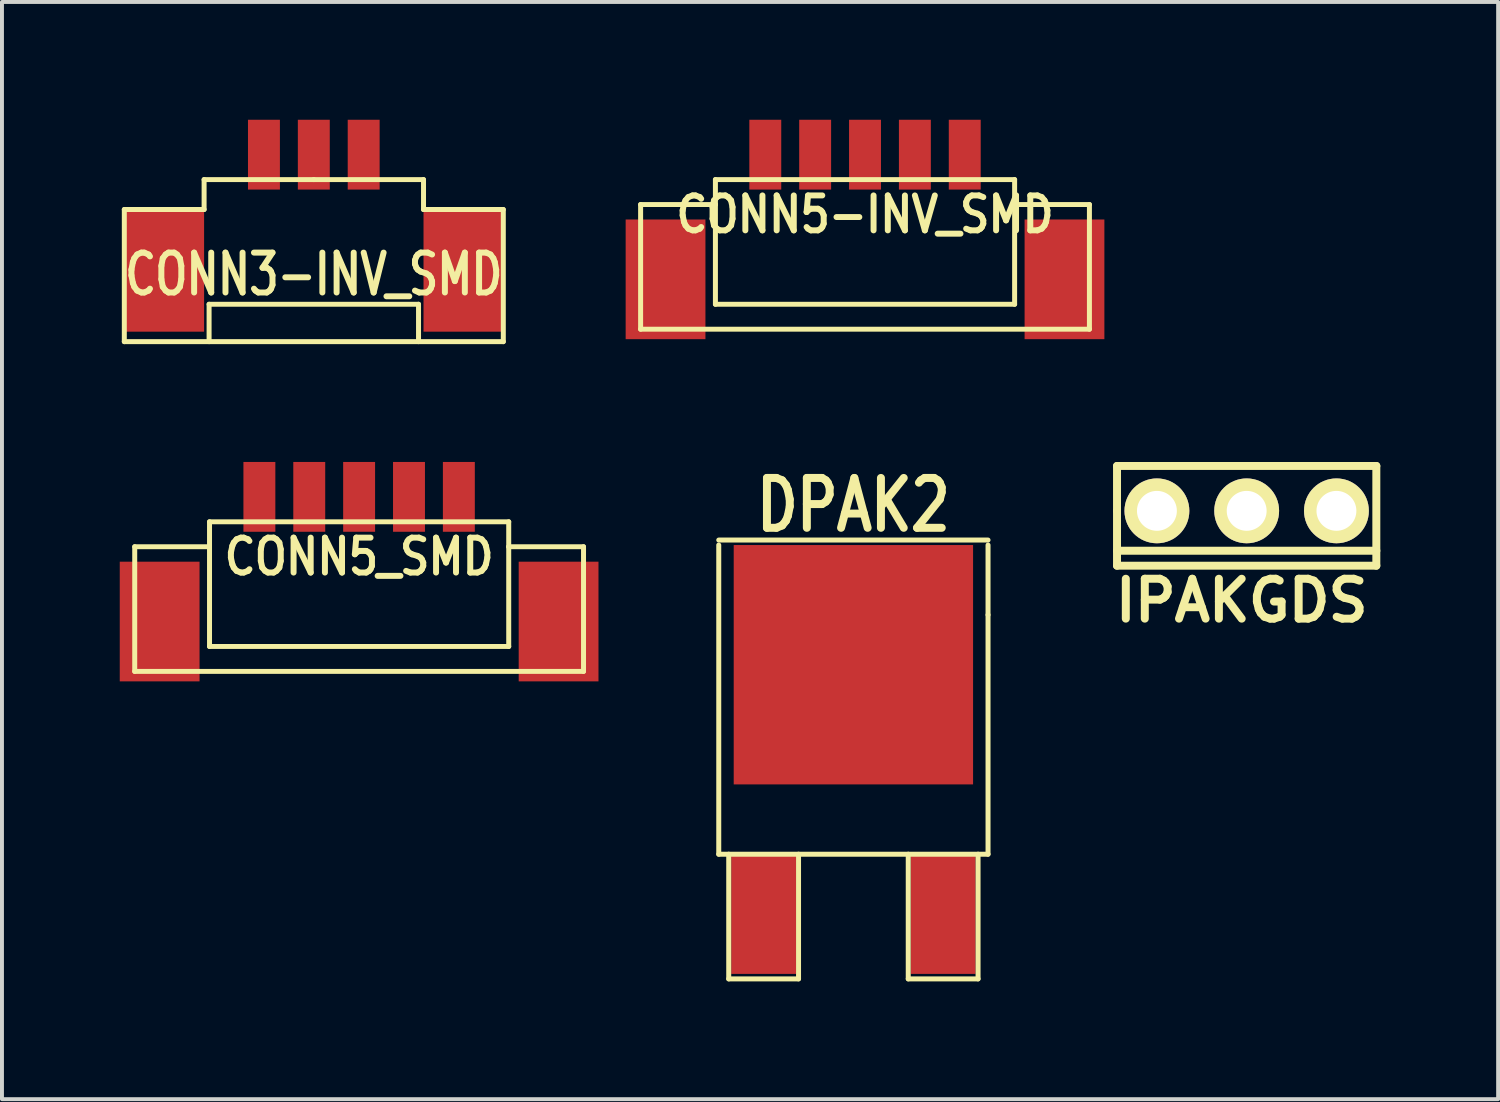
<source format=kicad_pcb>
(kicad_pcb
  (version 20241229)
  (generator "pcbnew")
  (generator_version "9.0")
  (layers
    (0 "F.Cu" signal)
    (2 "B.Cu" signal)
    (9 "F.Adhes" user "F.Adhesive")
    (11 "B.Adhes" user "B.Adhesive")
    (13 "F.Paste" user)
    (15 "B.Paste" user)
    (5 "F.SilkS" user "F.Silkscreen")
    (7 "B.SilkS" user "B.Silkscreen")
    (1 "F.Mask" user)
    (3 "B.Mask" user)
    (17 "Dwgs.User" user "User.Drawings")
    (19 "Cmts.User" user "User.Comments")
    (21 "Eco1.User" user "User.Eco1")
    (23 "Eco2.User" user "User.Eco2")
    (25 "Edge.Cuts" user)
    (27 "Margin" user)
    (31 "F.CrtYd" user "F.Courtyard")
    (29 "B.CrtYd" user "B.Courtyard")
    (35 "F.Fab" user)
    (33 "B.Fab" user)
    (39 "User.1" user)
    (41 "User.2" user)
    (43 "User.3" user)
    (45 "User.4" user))
  (footprint "CONN5_SMD"
    (layer "F.Cu")
    (at 6.096 9.604)
    (property "Reference" "CONN5_SMD" (at 0 1.524 0) (layer "F.SilkS") (effects (font (size 0.889 0.762) (thickness 0.152))))
    (attr smd)
    (fp_line (start -5.715 1.27) (end -3.81 1.27) (stroke (width 0.127) (type solid)) (layer "F.SilkS"))
    (fp_line (start -5.715 4.445) (end -5.715 1.27) (stroke (width 0.127) (type solid)) (layer "F.SilkS"))
    (fp_line (start -3.81 0.635) (end 3.81 0.635) (stroke (width 0.127) (type solid)) (layer "F.SilkS"))
    (fp_line (start -3.81 1.27) (end -3.81 0.635) (stroke (width 0.127) (type solid)) (layer "F.SilkS"))
    (fp_line (start -3.81 3.81) (end -3.81 1.27) (stroke (width 0.127) (type solid)) (layer "F.SilkS"))
    (fp_line (start 3.81 0.635) (end 3.81 1.27) (stroke (width 0.127) (type solid)) (layer "F.SilkS"))
    (fp_line (start 3.81 1.27) (end 3.81 3.81) (stroke (width 0.127) (type solid)) (layer "F.SilkS"))
    (fp_line (start 3.81 1.27) (end 5.715 1.27) (stroke (width 0.127) (type solid)) (layer "F.SilkS"))
    (fp_line (start 3.81 3.81) (end -3.81 3.81) (stroke (width 0.127) (type solid)) (layer "F.SilkS"))
    (fp_line (start 5.715 4.445) (end -5.715 4.445) (stroke (width 0.127) (type solid)) (layer "F.SilkS"))
    (fp_line (start 5.715 4.445) (end 5.715 1.27) (stroke (width 0.127) (type solid)) (layer "F.SilkS"))
    (pad "" smd rect (at -5.08 3.175) (size 2.032 3.048) (layers "F.Cu" "F.Mask" "F.Paste"))
    (pad "" smd rect (at 5.08 3.175) (size 2.032 3.048) (layers "F.Cu" "F.Mask" "F.Paste"))
    (pad "1" smd rect (at -2.54 0) (size 0.813 1.778) (layers "F.Cu" "F.Mask" "F.Paste"))
    (pad "2" smd rect (at -1.27 0) (size 0.813 1.778) (layers "F.Cu" "F.Mask" "F.Paste"))
    (pad "3" smd rect (at 0 0) (size 0.813 1.778) (layers "F.Cu" "F.Mask" "F.Paste"))
    (pad "4" smd rect (at 1.27 0) (size 0.813 1.778) (layers "F.Cu" "F.Mask" "F.Paste"))
    (pad "5" smd rect (at 2.54 0) (size 0.813 1.778) (layers "F.Cu" "F.Mask" "F.Paste")))
  (footprint "DPAK2"
    (layer "F.Cu")
    (at 18.684 20.229)
    (property "Reference" "DPAK2" (at 0 -10.414 0) (layer "F.SilkS") (effects (font (size 1.27 1.016) (thickness 0.203))))
    (attr smd)
    (fp_line (start -3.429 -9.525) (end 3.429 -9.525) (stroke (width 0.127) (type solid)) (layer "F.SilkS"))
    (fp_line (start -3.429 -1.524) (end -3.429 -9.398) (stroke (width 0.127) (type solid)) (layer "F.SilkS"))
    (fp_line (start -3.175 -1.524) (end -3.175 1.651) (stroke (width 0.127) (type solid)) (layer "F.SilkS"))
    (fp_line (start -3.175 1.651) (end -1.397 1.651) (stroke (width 0.127) (type solid)) (layer "F.SilkS"))
    (fp_line (start -1.397 1.651) (end -1.397 -1.524) (stroke (width 0.127) (type solid)) (layer "F.SilkS"))
    (fp_line (start 1.397 -1.524) (end 1.397 1.651) (stroke (width 0.127) (type solid)) (layer "F.SilkS"))
    (fp_line (start 1.397 1.651) (end 3.175 1.651) (stroke (width 0.127) (type solid)) (layer "F.SilkS"))
    (fp_line (start 3.175 1.651) (end 3.175 -1.524) (stroke (width 0.127) (type solid)) (layer "F.SilkS"))
    (fp_line (start 3.429 -9.398) (end 3.429 -7.62) (stroke (width 0.127) (type solid)) (layer "F.SilkS"))
    (fp_line (start 3.429 -7.62) (end 3.429 -1.524) (stroke (width 0.127) (type solid)) (layer "F.SilkS"))
    (fp_line (start 3.429 -1.524) (end -3.429 -1.524) (stroke (width 0.127) (type solid)) (layer "F.SilkS"))
    (pad "1" smd rect (at -2.286 0) (size 1.651 3.048) (layers "F.Cu" "F.Mask" "F.Paste"))
    (pad "2" smd rect (at 0 -6.35) (size 6.096 6.096) (layers "F.Cu" "F.Mask" "F.Paste"))
    (pad "3" smd rect (at 2.286 0) (size 1.651 3.048) (layers "F.Cu" "F.Mask" "F.Paste")))
  (footprint "IPAKGDS"
    (layer "F.Cu")
    (at 28.7 9.96)
    (property "Reference" "IPAKGDS" (at -0.127 2.286 0) (layer "F.SilkS") (effects (font (size 1.016 1.016) (thickness 0.203))))
    (attr through_hole)
    (fp_line (start -3.302 -1.143) (end -3.302 0) (stroke (width 0.203) (type solid)) (layer "F.SilkS"))
    (fp_line (start -3.302 0) (end -3.302 1.397) (stroke (width 0.203) (type solid)) (layer "F.SilkS"))
    (fp_line (start -3.302 1.016) (end 3.302 1.016) (stroke (width 0.203) (type solid)) (layer "F.SilkS"))
    (fp_line (start -3.302 1.397) (end 3.302 1.397) (stroke (width 0.203) (type solid)) (layer "F.SilkS"))
    (fp_line (start 3.302 -1.143) (end -3.302 -1.143) (stroke (width 0.203) (type solid)) (layer "F.SilkS"))
    (fp_line (start 3.302 1.397) (end 3.302 -1.143) (stroke (width 0.203) (type solid)) (layer "F.SilkS"))
    (pad "D" thru_hole circle (at 0 0) (size 1.651 1.651) (drill 1.016) (layers "*.Cu" "*.Mask" "F.SilkS"))
    (pad "G" thru_hole circle (at 2.286 0) (size 1.651 1.651) (drill 1.016) (layers "*.Cu" "*.Mask" "F.SilkS"))
    (pad "S" thru_hole circle (at -2.286 0) (size 1.651 1.651) (drill 1.016) (layers "*.Cu" "*.Mask" "F.SilkS")))
  (footprint "CONN3-INV_SMD"
    (layer "F.Cu")
    (at 4.942 4.318)
    (property "Reference" "CONN3-INV_SMD" (at 0 -0.381 0) (layer "F.SilkS") (effects (font (size 1.016 0.762) (thickness 0.152))))
    (attr smd)
    (fp_line (start -4.826 -2.032) (end -2.794 -2.032) (stroke (width 0.127) (type solid)) (layer "F.SilkS"))
    (fp_line (start -4.826 1.333) (end -4.826 -2.032) (stroke (width 0.127) (type solid)) (layer "F.SilkS"))
    (fp_line (start -2.794 -2.794) (end 0 -2.794) (stroke (width 0.127) (type solid)) (layer "F.SilkS"))
    (fp_line (start -2.794 -2.032) (end -2.794 -2.794) (stroke (width 0.127) (type solid)) (layer "F.SilkS"))
    (fp_line (start -2.667 0.381) (end -2.667 1.333) (stroke (width 0.127) (type solid)) (layer "F.SilkS"))
    (fp_line (start 0 -2.794) (end 2.794 -2.794) (stroke (width 0.127) (type solid)) (layer "F.SilkS"))
    (fp_line (start 2.667 0.381) (end -2.667 0.381) (stroke (width 0.127) (type solid)) (layer "F.SilkS"))
    (fp_line (start 2.667 1.333) (end 2.667 0.381) (stroke (width 0.127) (type solid)) (layer "F.SilkS"))
    (fp_line (start 2.794 -2.794) (end 2.794 -2.032) (stroke (width 0.127) (type solid)) (layer "F.SilkS"))
    (fp_line (start 2.794 -2.032) (end 4.826 -2.032) (stroke (width 0.127) (type solid)) (layer "F.SilkS"))
    (fp_line (start 4.826 -2.032) (end 4.826 1.333) (stroke (width 0.127) (type solid)) (layer "F.SilkS"))
    (fp_line (start 4.826 1.333) (end -4.826 1.333) (stroke (width 0.127) (type solid)) (layer "F.SilkS"))
    (pad "" smd rect (at -3.81 -0.445) (size 2.032 3.048) (layers "F.Cu" "F.Mask" "F.Paste"))
    (pad "" smd rect (at 3.81 -0.445) (size 2.032 3.048) (layers "F.Cu" "F.Mask" "F.Paste"))
    (pad "1" smd rect (at 1.27 -3.429) (size 0.813 1.778) (layers "F.Cu" "F.Mask" "F.Paste"))
    (pad "2" smd rect (at 0 -3.429) (size 0.813 1.778) (layers "F.Cu" "F.Mask" "F.Paste"))
    (pad "3" smd rect (at -1.27 -3.429) (size 0.813 1.778) (layers "F.Cu" "F.Mask" "F.Paste")))
  (footprint "CONN5-INV_SMD"
    (layer "F.Cu")
    (at 18.98 0.889)
    (property "Reference" "CONN5-INV_SMD" (at 0 1.524 0) (layer "F.SilkS") (effects (font (size 0.889 0.762) (thickness 0.152))))
    (attr smd)
    (fp_line (start -5.715 1.27) (end -3.81 1.27) (stroke (width 0.127) (type solid)) (layer "F.SilkS"))
    (fp_line (start -5.715 4.445) (end -5.715 1.27) (stroke (width 0.127) (type solid)) (layer "F.SilkS"))
    (fp_line (start -3.81 0.635) (end 3.81 0.635) (stroke (width 0.127) (type solid)) (layer "F.SilkS"))
    (fp_line (start -3.81 1.27) (end -3.81 0.635) (stroke (width 0.127) (type solid)) (layer "F.SilkS"))
    (fp_line (start -3.81 3.81) (end -3.81 1.27) (stroke (width 0.127) (type solid)) (layer "F.SilkS"))
    (fp_line (start 3.81 0.635) (end 3.81 1.27) (stroke (width 0.127) (type solid)) (layer "F.SilkS"))
    (fp_line (start 3.81 1.27) (end 3.81 3.81) (stroke (width 0.127) (type solid)) (layer "F.SilkS"))
    (fp_line (start 3.81 1.27) (end 5.715 1.27) (stroke (width 0.127) (type solid)) (layer "F.SilkS"))
    (fp_line (start 3.81 3.81) (end -3.81 3.81) (stroke (width 0.127) (type solid)) (layer "F.SilkS"))
    (fp_line (start 5.715 4.445) (end -5.715 4.445) (stroke (width 0.127) (type solid)) (layer "F.SilkS"))
    (fp_line (start 5.715 4.445) (end 5.715 1.27) (stroke (width 0.127) (type solid)) (layer "F.SilkS"))
    (pad "" smd rect (at -5.08 3.175) (size 2.032 3.048) (layers "F.Cu" "F.Mask" "F.Paste"))
    (pad "" smd rect (at 5.08 3.175) (size 2.032 3.048) (layers "F.Cu" "F.Mask" "F.Paste"))
    (pad "1" smd rect (at -2.54 0) (size 0.813 1.778) (layers "F.Cu" "F.Mask" "F.Paste"))
    (pad "2" smd rect (at -1.27 0) (size 0.813 1.778) (layers "F.Cu" "F.Mask" "F.Paste"))
    (pad "3" smd rect (at 0 0) (size 0.813 1.778) (layers "F.Cu" "F.Mask" "F.Paste"))
    (pad "4" smd rect (at 1.27 0) (size 0.813 1.778) (layers "F.Cu" "F.Mask" "F.Paste"))
    (pad "5" smd rect (at 2.54 0) (size 0.813 1.778) (layers "F.Cu" "F.Mask" "F.Paste")))
  (gr_rect
    (start -3 -3)
    (end 35.104 24.943)
    (stroke (width 0.1) (type default))
    (fill no)
    (layer "Edge.Cuts")))
</source>
